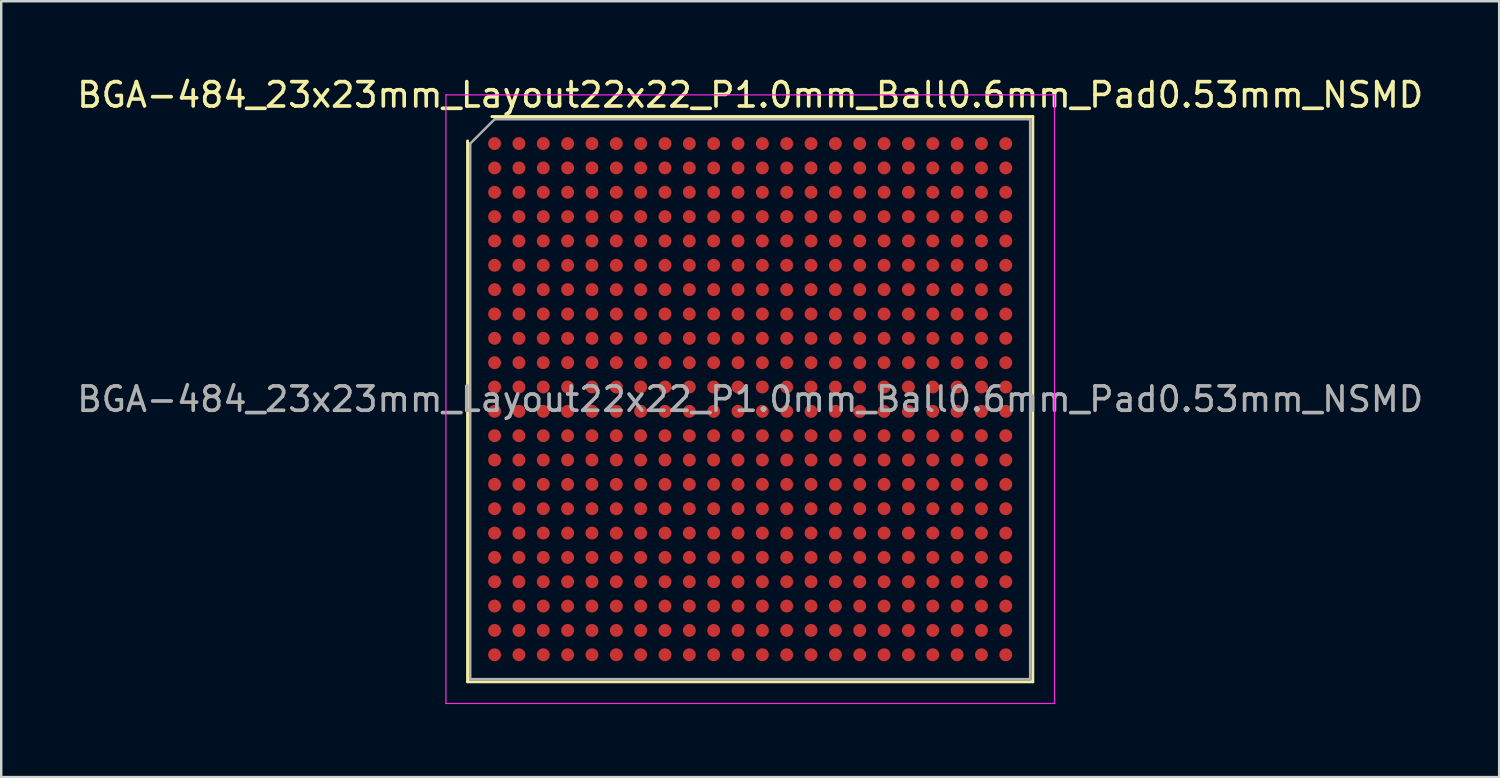
<source format=kicad_pcb>
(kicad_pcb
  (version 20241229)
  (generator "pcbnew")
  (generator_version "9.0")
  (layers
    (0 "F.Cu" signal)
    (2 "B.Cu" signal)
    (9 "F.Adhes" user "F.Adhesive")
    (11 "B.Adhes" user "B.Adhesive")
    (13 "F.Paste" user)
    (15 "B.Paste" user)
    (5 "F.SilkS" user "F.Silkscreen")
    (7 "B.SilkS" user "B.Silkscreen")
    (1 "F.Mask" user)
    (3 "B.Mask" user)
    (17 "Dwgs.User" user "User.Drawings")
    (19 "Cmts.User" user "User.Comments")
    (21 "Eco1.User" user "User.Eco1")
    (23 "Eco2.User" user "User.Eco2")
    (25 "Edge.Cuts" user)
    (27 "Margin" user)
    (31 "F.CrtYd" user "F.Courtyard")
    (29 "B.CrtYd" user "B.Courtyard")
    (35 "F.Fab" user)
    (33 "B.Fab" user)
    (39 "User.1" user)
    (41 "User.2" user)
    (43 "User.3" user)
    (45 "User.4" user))
  (footprint "BGA-484_23x23mm_Layout22x22_P1.0mm_Ball0.6mm_Pad0.53mm_NSMD"
    (layer "F.Cu")
    (at 27.768 13.348)
    (property "Reference" "BGA-484_23x23mm_Layout22x22_P1.0mm_Ball0.6mm_Pad0.53mm_NSMD" (at 0 -12.5 0) (layer "F.SilkS") (effects (font (size 1 1) (thickness 0.15))))
    (attr smd)
    (fp_line (start -11.61 11.61) (end -11.61 -10.61) (stroke (width 0.12) (type solid)) (layer "F.SilkS"))
    (fp_line (start -10.61 -11.61) (end 11.61 -11.61) (stroke (width 0.12) (type solid)) (layer "F.SilkS"))
    (fp_line (start 11.61 -11.61) (end 11.61 11.61) (stroke (width 0.12) (type solid)) (layer "F.SilkS"))
    (fp_line (start 11.61 11.61) (end -11.61 11.61) (stroke (width 0.12) (type solid)) (layer "F.SilkS"))
    (fp_line (start -12.5 -12.5) (end -12.5 12.5) (stroke (width 0.05) (type solid)) (layer "F.CrtYd"))
    (fp_line (start -12.5 12.5) (end 12.5 12.5) (stroke (width 0.05) (type solid)) (layer "F.CrtYd"))
    (fp_line (start 12.5 -12.5) (end -12.5 -12.5) (stroke (width 0.05) (type solid)) (layer "F.CrtYd"))
    (fp_line (start 12.5 12.5) (end 12.5 -12.5) (stroke (width 0.05) (type solid)) (layer "F.CrtYd"))
    (fp_line (start -11.5 -10.5) (end -10.5 -11.5) (stroke (width 0.1) (type solid)) (layer "F.Fab"))
    (fp_line (start -11.5 11.5) (end -11.5 -10.5) (stroke (width 0.1) (type solid)) (layer "F.Fab"))
    (fp_line (start -10.5 -11.5) (end 11.5 -11.5) (stroke (width 0.1) (type solid)) (layer "F.Fab"))
    (fp_line (start 11.5 -11.5) (end 11.5 11.5) (stroke (width 0.1) (type solid)) (layer "F.Fab"))
    (fp_line (start 11.5 11.5) (end -11.5 11.5) (stroke (width 0.1) (type solid)) (layer "F.Fab"))
    (fp_text user "${REFERENCE}" (at 0 0 0) (layer "F.Fab") (effects (font (size 1 1) (thickness 0.15))))
    (pad "A1" smd circle (at -10.5 -10.5) (size 0.53 0.53) (layers "F.Cu" "F.Mask" "F.Paste"))
    (pad "A2" smd circle (at -9.5 -10.5) (size 0.53 0.53) (layers "F.Cu" "F.Mask" "F.Paste"))
    (pad "A3" smd circle (at -8.5 -10.5) (size 0.53 0.53) (layers "F.Cu" "F.Mask" "F.Paste"))
    (pad "A4" smd circle (at -7.5 -10.5) (size 0.53 0.53) (layers "F.Cu" "F.Mask" "F.Paste"))
    (pad "A5" smd circle (at -6.5 -10.5) (size 0.53 0.53) (layers "F.Cu" "F.Mask" "F.Paste"))
    (pad "A6" smd circle (at -5.5 -10.5) (size 0.53 0.53) (layers "F.Cu" "F.Mask" "F.Paste"))
    (pad "A7" smd circle (at -4.5 -10.5) (size 0.53 0.53) (layers "F.Cu" "F.Mask" "F.Paste"))
    (pad "A8" smd circle (at -3.5 -10.5) (size 0.53 0.53) (layers "F.Cu" "F.Mask" "F.Paste"))
    (pad "A9" smd circle (at -2.5 -10.5) (size 0.53 0.53) (layers "F.Cu" "F.Mask" "F.Paste"))
    (pad "A10" smd circle (at -1.5 -10.5) (size 0.53 0.53) (layers "F.Cu" "F.Mask" "F.Paste"))
    (pad "A11" smd circle (at -0.5 -10.5) (size 0.53 0.53) (layers "F.Cu" "F.Mask" "F.Paste"))
    (pad "A12" smd circle (at 0.5 -10.5) (size 0.53 0.53) (layers "F.Cu" "F.Mask" "F.Paste"))
    (pad "A13" smd circle (at 1.5 -10.5) (size 0.53 0.53) (layers "F.Cu" "F.Mask" "F.Paste"))
    (pad "A14" smd circle (at 2.5 -10.5) (size 0.53 0.53) (layers "F.Cu" "F.Mask" "F.Paste"))
    (pad "A15" smd circle (at 3.5 -10.5) (size 0.53 0.53) (layers "F.Cu" "F.Mask" "F.Paste"))
    (pad "A16" smd circle (at 4.5 -10.5) (size 0.53 0.53) (layers "F.Cu" "F.Mask" "F.Paste"))
    (pad "A17" smd circle (at 5.5 -10.5) (size 0.53 0.53) (layers "F.Cu" "F.Mask" "F.Paste"))
    (pad "A18" smd circle (at 6.5 -10.5) (size 0.53 0.53) (layers "F.Cu" "F.Mask" "F.Paste"))
    (pad "A19" smd circle (at 7.5 -10.5) (size 0.53 0.53) (layers "F.Cu" "F.Mask" "F.Paste"))
    (pad "A20" smd circle (at 8.5 -10.5) (size 0.53 0.53) (layers "F.Cu" "F.Mask" "F.Paste"))
    (pad "A21" smd circle (at 9.5 -10.5) (size 0.53 0.53) (layers "F.Cu" "F.Mask" "F.Paste"))
    (pad "A22" smd circle (at 10.5 -10.5) (size 0.53 0.53) (layers "F.Cu" "F.Mask" "F.Paste"))
    (pad "AA1" smd circle (at -10.5 9.5) (size 0.53 0.53) (layers "F.Cu" "F.Mask" "F.Paste"))
    (pad "AA2" smd circle (at -9.5 9.5) (size 0.53 0.53) (layers "F.Cu" "F.Mask" "F.Paste"))
    (pad "AA3" smd circle (at -8.5 9.5) (size 0.53 0.53) (layers "F.Cu" "F.Mask" "F.Paste"))
    (pad "AA4" smd circle (at -7.5 9.5) (size 0.53 0.53) (layers "F.Cu" "F.Mask" "F.Paste"))
    (pad "AA5" smd circle (at -6.5 9.5) (size 0.53 0.53) (layers "F.Cu" "F.Mask" "F.Paste"))
    (pad "AA6" smd circle (at -5.5 9.5) (size 0.53 0.53) (layers "F.Cu" "F.Mask" "F.Paste"))
    (pad "AA7" smd circle (at -4.5 9.5) (size 0.53 0.53) (layers "F.Cu" "F.Mask" "F.Paste"))
    (pad "AA8" smd circle (at -3.5 9.5) (size 0.53 0.53) (layers "F.Cu" "F.Mask" "F.Paste"))
    (pad "AA9" smd circle (at -2.5 9.5) (size 0.53 0.53) (layers "F.Cu" "F.Mask" "F.Paste"))
    (pad "AA10" smd circle (at -1.5 9.5) (size 0.53 0.53) (layers "F.Cu" "F.Mask" "F.Paste"))
    (pad "AA11" smd circle (at -0.5 9.5) (size 0.53 0.53) (layers "F.Cu" "F.Mask" "F.Paste"))
    (pad "AA12" smd circle (at 0.5 9.5) (size 0.53 0.53) (layers "F.Cu" "F.Mask" "F.Paste"))
    (pad "AA13" smd circle (at 1.5 9.5) (size 0.53 0.53) (layers "F.Cu" "F.Mask" "F.Paste"))
    (pad "AA14" smd circle (at 2.5 9.5) (size 0.53 0.53) (layers "F.Cu" "F.Mask" "F.Paste"))
    (pad "AA15" smd circle (at 3.5 9.5) (size 0.53 0.53) (layers "F.Cu" "F.Mask" "F.Paste"))
    (pad "AA16" smd circle (at 4.5 9.5) (size 0.53 0.53) (layers "F.Cu" "F.Mask" "F.Paste"))
    (pad "AA17" smd circle (at 5.5 9.5) (size 0.53 0.53) (layers "F.Cu" "F.Mask" "F.Paste"))
    (pad "AA18" smd circle (at 6.5 9.5) (size 0.53 0.53) (layers "F.Cu" "F.Mask" "F.Paste"))
    (pad "AA19" smd circle (at 7.5 9.5) (size 0.53 0.53) (layers "F.Cu" "F.Mask" "F.Paste"))
    (pad "AA20" smd circle (at 8.5 9.5) (size 0.53 0.53) (layers "F.Cu" "F.Mask" "F.Paste"))
    (pad "AA21" smd circle (at 9.5 9.5) (size 0.53 0.53) (layers "F.Cu" "F.Mask" "F.Paste"))
    (pad "AA22" smd circle (at 10.5 9.5) (size 0.53 0.53) (layers "F.Cu" "F.Mask" "F.Paste"))
    (pad "AB1" smd circle (at -10.5 10.5) (size 0.53 0.53) (layers "F.Cu" "F.Mask" "F.Paste"))
    (pad "AB2" smd circle (at -9.5 10.5) (size 0.53 0.53) (layers "F.Cu" "F.Mask" "F.Paste"))
    (pad "AB3" smd circle (at -8.5 10.5) (size 0.53 0.53) (layers "F.Cu" "F.Mask" "F.Paste"))
    (pad "AB4" smd circle (at -7.5 10.5) (size 0.53 0.53) (layers "F.Cu" "F.Mask" "F.Paste"))
    (pad "AB5" smd circle (at -6.5 10.5) (size 0.53 0.53) (layers "F.Cu" "F.Mask" "F.Paste"))
    (pad "AB6" smd circle (at -5.5 10.5) (size 0.53 0.53) (layers "F.Cu" "F.Mask" "F.Paste"))
    (pad "AB7" smd circle (at -4.5 10.5) (size 0.53 0.53) (layers "F.Cu" "F.Mask" "F.Paste"))
    (pad "AB8" smd circle (at -3.5 10.5) (size 0.53 0.53) (layers "F.Cu" "F.Mask" "F.Paste"))
    (pad "AB9" smd circle (at -2.5 10.5) (size 0.53 0.53) (layers "F.Cu" "F.Mask" "F.Paste"))
    (pad "AB10" smd circle (at -1.5 10.5) (size 0.53 0.53) (layers "F.Cu" "F.Mask" "F.Paste"))
    (pad "AB11" smd circle (at -0.5 10.5) (size 0.53 0.53) (layers "F.Cu" "F.Mask" "F.Paste"))
    (pad "AB12" smd circle (at 0.5 10.5) (size 0.53 0.53) (layers "F.Cu" "F.Mask" "F.Paste"))
    (pad "AB13" smd circle (at 1.5 10.5) (size 0.53 0.53) (layers "F.Cu" "F.Mask" "F.Paste"))
    (pad "AB14" smd circle (at 2.5 10.5) (size 0.53 0.53) (layers "F.Cu" "F.Mask" "F.Paste"))
    (pad "AB15" smd circle (at 3.5 10.5) (size 0.53 0.53) (layers "F.Cu" "F.Mask" "F.Paste"))
    (pad "AB16" smd circle (at 4.5 10.5) (size 0.53 0.53) (layers "F.Cu" "F.Mask" "F.Paste"))
    (pad "AB17" smd circle (at 5.5 10.5) (size 0.53 0.53) (layers "F.Cu" "F.Mask" "F.Paste"))
    (pad "AB18" smd circle (at 6.5 10.5) (size 0.53 0.53) (layers "F.Cu" "F.Mask" "F.Paste"))
    (pad "AB19" smd circle (at 7.5 10.5) (size 0.53 0.53) (layers "F.Cu" "F.Mask" "F.Paste"))
    (pad "AB20" smd circle (at 8.5 10.5) (size 0.53 0.53) (layers "F.Cu" "F.Mask" "F.Paste"))
    (pad "AB21" smd circle (at 9.5 10.5) (size 0.53 0.53) (layers "F.Cu" "F.Mask" "F.Paste"))
    (pad "AB22" smd circle (at 10.5 10.5) (size 0.53 0.53) (layers "F.Cu" "F.Mask" "F.Paste"))
    (pad "B1" smd circle (at -10.5 -9.5) (size 0.53 0.53) (layers "F.Cu" "F.Mask" "F.Paste"))
    (pad "B2" smd circle (at -9.5 -9.5) (size 0.53 0.53) (layers "F.Cu" "F.Mask" "F.Paste"))
    (pad "B3" smd circle (at -8.5 -9.5) (size 0.53 0.53) (layers "F.Cu" "F.Mask" "F.Paste"))
    (pad "B4" smd circle (at -7.5 -9.5) (size 0.53 0.53) (layers "F.Cu" "F.Mask" "F.Paste"))
    (pad "B5" smd circle (at -6.5 -9.5) (size 0.53 0.53) (layers "F.Cu" "F.Mask" "F.Paste"))
    (pad "B6" smd circle (at -5.5 -9.5) (size 0.53 0.53) (layers "F.Cu" "F.Mask" "F.Paste"))
    (pad "B7" smd circle (at -4.5 -9.5) (size 0.53 0.53) (layers "F.Cu" "F.Mask" "F.Paste"))
    (pad "B8" smd circle (at -3.5 -9.5) (size 0.53 0.53) (layers "F.Cu" "F.Mask" "F.Paste"))
    (pad "B9" smd circle (at -2.5 -9.5) (size 0.53 0.53) (layers "F.Cu" "F.Mask" "F.Paste"))
    (pad "B10" smd circle (at -1.5 -9.5) (size 0.53 0.53) (layers "F.Cu" "F.Mask" "F.Paste"))
    (pad "B11" smd circle (at -0.5 -9.5) (size 0.53 0.53) (layers "F.Cu" "F.Mask" "F.Paste"))
    (pad "B12" smd circle (at 0.5 -9.5) (size 0.53 0.53) (layers "F.Cu" "F.Mask" "F.Paste"))
    (pad "B13" smd circle (at 1.5 -9.5) (size 0.53 0.53) (layers "F.Cu" "F.Mask" "F.Paste"))
    (pad "B14" smd circle (at 2.5 -9.5) (size 0.53 0.53) (layers "F.Cu" "F.Mask" "F.Paste"))
    (pad "B15" smd circle (at 3.5 -9.5) (size 0.53 0.53) (layers "F.Cu" "F.Mask" "F.Paste"))
    (pad "B16" smd circle (at 4.5 -9.5) (size 0.53 0.53) (layers "F.Cu" "F.Mask" "F.Paste"))
    (pad "B17" smd circle (at 5.5 -9.5) (size 0.53 0.53) (layers "F.Cu" "F.Mask" "F.Paste"))
    (pad "B18" smd circle (at 6.5 -9.5) (size 0.53 0.53) (layers "F.Cu" "F.Mask" "F.Paste"))
    (pad "B19" smd circle (at 7.5 -9.5) (size 0.53 0.53) (layers "F.Cu" "F.Mask" "F.Paste"))
    (pad "B20" smd circle (at 8.5 -9.5) (size 0.53 0.53) (layers "F.Cu" "F.Mask" "F.Paste"))
    (pad "B21" smd circle (at 9.5 -9.5) (size 0.53 0.53) (layers "F.Cu" "F.Mask" "F.Paste"))
    (pad "B22" smd circle (at 10.5 -9.5) (size 0.53 0.53) (layers "F.Cu" "F.Mask" "F.Paste"))
    (pad "C1" smd circle (at -10.5 -8.5) (size 0.53 0.53) (layers "F.Cu" "F.Mask" "F.Paste"))
    (pad "C2" smd circle (at -9.5 -8.5) (size 0.53 0.53) (layers "F.Cu" "F.Mask" "F.Paste"))
    (pad "C3" smd circle (at -8.5 -8.5) (size 0.53 0.53) (layers "F.Cu" "F.Mask" "F.Paste"))
    (pad "C4" smd circle (at -7.5 -8.5) (size 0.53 0.53) (layers "F.Cu" "F.Mask" "F.Paste"))
    (pad "C5" smd circle (at -6.5 -8.5) (size 0.53 0.53) (layers "F.Cu" "F.Mask" "F.Paste"))
    (pad "C6" smd circle (at -5.5 -8.5) (size 0.53 0.53) (layers "F.Cu" "F.Mask" "F.Paste"))
    (pad "C7" smd circle (at -4.5 -8.5) (size 0.53 0.53) (layers "F.Cu" "F.Mask" "F.Paste"))
    (pad "C8" smd circle (at -3.5 -8.5) (size 0.53 0.53) (layers "F.Cu" "F.Mask" "F.Paste"))
    (pad "C9" smd circle (at -2.5 -8.5) (size 0.53 0.53) (layers "F.Cu" "F.Mask" "F.Paste"))
    (pad "C10" smd circle (at -1.5 -8.5) (size 0.53 0.53) (layers "F.Cu" "F.Mask" "F.Paste"))
    (pad "C11" smd circle (at -0.5 -8.5) (size 0.53 0.53) (layers "F.Cu" "F.Mask" "F.Paste"))
    (pad "C12" smd circle (at 0.5 -8.5) (size 0.53 0.53) (layers "F.Cu" "F.Mask" "F.Paste"))
    (pad "C13" smd circle (at 1.5 -8.5) (size 0.53 0.53) (layers "F.Cu" "F.Mask" "F.Paste"))
    (pad "C14" smd circle (at 2.5 -8.5) (size 0.53 0.53) (layers "F.Cu" "F.Mask" "F.Paste"))
    (pad "C15" smd circle (at 3.5 -8.5) (size 0.53 0.53) (layers "F.Cu" "F.Mask" "F.Paste"))
    (pad "C16" smd circle (at 4.5 -8.5) (size 0.53 0.53) (layers "F.Cu" "F.Mask" "F.Paste"))
    (pad "C17" smd circle (at 5.5 -8.5) (size 0.53 0.53) (layers "F.Cu" "F.Mask" "F.Paste"))
    (pad "C18" smd circle (at 6.5 -8.5) (size 0.53 0.53) (layers "F.Cu" "F.Mask" "F.Paste"))
    (pad "C19" smd circle (at 7.5 -8.5) (size 0.53 0.53) (layers "F.Cu" "F.Mask" "F.Paste"))
    (pad "C20" smd circle (at 8.5 -8.5) (size 0.53 0.53) (layers "F.Cu" "F.Mask" "F.Paste"))
    (pad "C21" smd circle (at 9.5 -8.5) (size 0.53 0.53) (layers "F.Cu" "F.Mask" "F.Paste"))
    (pad "C22" smd circle (at 10.5 -8.5) (size 0.53 0.53) (layers "F.Cu" "F.Mask" "F.Paste"))
    (pad "D1" smd circle (at -10.5 -7.5) (size 0.53 0.53) (layers "F.Cu" "F.Mask" "F.Paste"))
    (pad "D2" smd circle (at -9.5 -7.5) (size 0.53 0.53) (layers "F.Cu" "F.Mask" "F.Paste"))
    (pad "D3" smd circle (at -8.5 -7.5) (size 0.53 0.53) (layers "F.Cu" "F.Mask" "F.Paste"))
    (pad "D4" smd circle (at -7.5 -7.5) (size 0.53 0.53) (layers "F.Cu" "F.Mask" "F.Paste"))
    (pad "D5" smd circle (at -6.5 -7.5) (size 0.53 0.53) (layers "F.Cu" "F.Mask" "F.Paste"))
    (pad "D6" smd circle (at -5.5 -7.5) (size 0.53 0.53) (layers "F.Cu" "F.Mask" "F.Paste"))
    (pad "D7" smd circle (at -4.5 -7.5) (size 0.53 0.53) (layers "F.Cu" "F.Mask" "F.Paste"))
    (pad "D8" smd circle (at -3.5 -7.5) (size 0.53 0.53) (layers "F.Cu" "F.Mask" "F.Paste"))
    (pad "D9" smd circle (at -2.5 -7.5) (size 0.53 0.53) (layers "F.Cu" "F.Mask" "F.Paste"))
    (pad "D10" smd circle (at -1.5 -7.5) (size 0.53 0.53) (layers "F.Cu" "F.Mask" "F.Paste"))
    (pad "D11" smd circle (at -0.5 -7.5) (size 0.53 0.53) (layers "F.Cu" "F.Mask" "F.Paste"))
    (pad "D12" smd circle (at 0.5 -7.5) (size 0.53 0.53) (layers "F.Cu" "F.Mask" "F.Paste"))
    (pad "D13" smd circle (at 1.5 -7.5) (size 0.53 0.53) (layers "F.Cu" "F.Mask" "F.Paste"))
    (pad "D14" smd circle (at 2.5 -7.5) (size 0.53 0.53) (layers "F.Cu" "F.Mask" "F.Paste"))
    (pad "D15" smd circle (at 3.5 -7.5) (size 0.53 0.53) (layers "F.Cu" "F.Mask" "F.Paste"))
    (pad "D16" smd circle (at 4.5 -7.5) (size 0.53 0.53) (layers "F.Cu" "F.Mask" "F.Paste"))
    (pad "D17" smd circle (at 5.5 -7.5) (size 0.53 0.53) (layers "F.Cu" "F.Mask" "F.Paste"))
    (pad "D18" smd circle (at 6.5 -7.5) (size 0.53 0.53) (layers "F.Cu" "F.Mask" "F.Paste"))
    (pad "D19" smd circle (at 7.5 -7.5) (size 0.53 0.53) (layers "F.Cu" "F.Mask" "F.Paste"))
    (pad "D20" smd circle (at 8.5 -7.5) (size 0.53 0.53) (layers "F.Cu" "F.Mask" "F.Paste"))
    (pad "D21" smd circle (at 9.5 -7.5) (size 0.53 0.53) (layers "F.Cu" "F.Mask" "F.Paste"))
    (pad "D22" smd circle (at 10.5 -7.5) (size 0.53 0.53) (layers "F.Cu" "F.Mask" "F.Paste"))
    (pad "E1" smd circle (at -10.5 -6.5) (size 0.53 0.53) (layers "F.Cu" "F.Mask" "F.Paste"))
    (pad "E2" smd circle (at -9.5 -6.5) (size 0.53 0.53) (layers "F.Cu" "F.Mask" "F.Paste"))
    (pad "E3" smd circle (at -8.5 -6.5) (size 0.53 0.53) (layers "F.Cu" "F.Mask" "F.Paste"))
    (pad "E4" smd circle (at -7.5 -6.5) (size 0.53 0.53) (layers "F.Cu" "F.Mask" "F.Paste"))
    (pad "E5" smd circle (at -6.5 -6.5) (size 0.53 0.53) (layers "F.Cu" "F.Mask" "F.Paste"))
    (pad "E6" smd circle (at -5.5 -6.5) (size 0.53 0.53) (layers "F.Cu" "F.Mask" "F.Paste"))
    (pad "E7" smd circle (at -4.5 -6.5) (size 0.53 0.53) (layers "F.Cu" "F.Mask" "F.Paste"))
    (pad "E8" smd circle (at -3.5 -6.5) (size 0.53 0.53) (layers "F.Cu" "F.Mask" "F.Paste"))
    (pad "E9" smd circle (at -2.5 -6.5) (size 0.53 0.53) (layers "F.Cu" "F.Mask" "F.Paste"))
    (pad "E10" smd circle (at -1.5 -6.5) (size 0.53 0.53) (layers "F.Cu" "F.Mask" "F.Paste"))
    (pad "E11" smd circle (at -0.5 -6.5) (size 0.53 0.53) (layers "F.Cu" "F.Mask" "F.Paste"))
    (pad "E12" smd circle (at 0.5 -6.5) (size 0.53 0.53) (layers "F.Cu" "F.Mask" "F.Paste"))
    (pad "E13" smd circle (at 1.5 -6.5) (size 0.53 0.53) (layers "F.Cu" "F.Mask" "F.Paste"))
    (pad "E14" smd circle (at 2.5 -6.5) (size 0.53 0.53) (layers "F.Cu" "F.Mask" "F.Paste"))
    (pad "E15" smd circle (at 3.5 -6.5) (size 0.53 0.53) (layers "F.Cu" "F.Mask" "F.Paste"))
    (pad "E16" smd circle (at 4.5 -6.5) (size 0.53 0.53) (layers "F.Cu" "F.Mask" "F.Paste"))
    (pad "E17" smd circle (at 5.5 -6.5) (size 0.53 0.53) (layers "F.Cu" "F.Mask" "F.Paste"))
    (pad "E18" smd circle (at 6.5 -6.5) (size 0.53 0.53) (layers "F.Cu" "F.Mask" "F.Paste"))
    (pad "E19" smd circle (at 7.5 -6.5) (size 0.53 0.53) (layers "F.Cu" "F.Mask" "F.Paste"))
    (pad "E20" smd circle (at 8.5 -6.5) (size 0.53 0.53) (layers "F.Cu" "F.Mask" "F.Paste"))
    (pad "E21" smd circle (at 9.5 -6.5) (size 0.53 0.53) (layers "F.Cu" "F.Mask" "F.Paste"))
    (pad "E22" smd circle (at 10.5 -6.5) (size 0.53 0.53) (layers "F.Cu" "F.Mask" "F.Paste"))
    (pad "F1" smd circle (at -10.5 -5.5) (size 0.53 0.53) (layers "F.Cu" "F.Mask" "F.Paste"))
    (pad "F2" smd circle (at -9.5 -5.5) (size 0.53 0.53) (layers "F.Cu" "F.Mask" "F.Paste"))
    (pad "F3" smd circle (at -8.5 -5.5) (size 0.53 0.53) (layers "F.Cu" "F.Mask" "F.Paste"))
    (pad "F4" smd circle (at -7.5 -5.5) (size 0.53 0.53) (layers "F.Cu" "F.Mask" "F.Paste"))
    (pad "F5" smd circle (at -6.5 -5.5) (size 0.53 0.53) (layers "F.Cu" "F.Mask" "F.Paste"))
    (pad "F6" smd circle (at -5.5 -5.5) (size 0.53 0.53) (layers "F.Cu" "F.Mask" "F.Paste"))
    (pad "F7" smd circle (at -4.5 -5.5) (size 0.53 0.53) (layers "F.Cu" "F.Mask" "F.Paste"))
    (pad "F8" smd circle (at -3.5 -5.5) (size 0.53 0.53) (layers "F.Cu" "F.Mask" "F.Paste"))
    (pad "F9" smd circle (at -2.5 -5.5) (size 0.53 0.53) (layers "F.Cu" "F.Mask" "F.Paste"))
    (pad "F10" smd circle (at -1.5 -5.5) (size 0.53 0.53) (layers "F.Cu" "F.Mask" "F.Paste"))
    (pad "F11" smd circle (at -0.5 -5.5) (size 0.53 0.53) (layers "F.Cu" "F.Mask" "F.Paste"))
    (pad "F12" smd circle (at 0.5 -5.5) (size 0.53 0.53) (layers "F.Cu" "F.Mask" "F.Paste"))
    (pad "F13" smd circle (at 1.5 -5.5) (size 0.53 0.53) (layers "F.Cu" "F.Mask" "F.Paste"))
    (pad "F14" smd circle (at 2.5 -5.5) (size 0.53 0.53) (layers "F.Cu" "F.Mask" "F.Paste"))
    (pad "F15" smd circle (at 3.5 -5.5) (size 0.53 0.53) (layers "F.Cu" "F.Mask" "F.Paste"))
    (pad "F16" smd circle (at 4.5 -5.5) (size 0.53 0.53) (layers "F.Cu" "F.Mask" "F.Paste"))
    (pad "F17" smd circle (at 5.5 -5.5) (size 0.53 0.53) (layers "F.Cu" "F.Mask" "F.Paste"))
    (pad "F18" smd circle (at 6.5 -5.5) (size 0.53 0.53) (layers "F.Cu" "F.Mask" "F.Paste"))
    (pad "F19" smd circle (at 7.5 -5.5) (size 0.53 0.53) (layers "F.Cu" "F.Mask" "F.Paste"))
    (pad "F20" smd circle (at 8.5 -5.5) (size 0.53 0.53) (layers "F.Cu" "F.Mask" "F.Paste"))
    (pad "F21" smd circle (at 9.5 -5.5) (size 0.53 0.53) (layers "F.Cu" "F.Mask" "F.Paste"))
    (pad "F22" smd circle (at 10.5 -5.5) (size 0.53 0.53) (layers "F.Cu" "F.Mask" "F.Paste"))
    (pad "G1" smd circle (at -10.5 -4.5) (size 0.53 0.53) (layers "F.Cu" "F.Mask" "F.Paste"))
    (pad "G2" smd circle (at -9.5 -4.5) (size 0.53 0.53) (layers "F.Cu" "F.Mask" "F.Paste"))
    (pad "G3" smd circle (at -8.5 -4.5) (size 0.53 0.53) (layers "F.Cu" "F.Mask" "F.Paste"))
    (pad "G4" smd circle (at -7.5 -4.5) (size 0.53 0.53) (layers "F.Cu" "F.Mask" "F.Paste"))
    (pad "G5" smd circle (at -6.5 -4.5) (size 0.53 0.53) (layers "F.Cu" "F.Mask" "F.Paste"))
    (pad "G6" smd circle (at -5.5 -4.5) (size 0.53 0.53) (layers "F.Cu" "F.Mask" "F.Paste"))
    (pad "G7" smd circle (at -4.5 -4.5) (size 0.53 0.53) (layers "F.Cu" "F.Mask" "F.Paste"))
    (pad "G8" smd circle (at -3.5 -4.5) (size 0.53 0.53) (layers "F.Cu" "F.Mask" "F.Paste"))
    (pad "G9" smd circle (at -2.5 -4.5) (size 0.53 0.53) (layers "F.Cu" "F.Mask" "F.Paste"))
    (pad "G10" smd circle (at -1.5 -4.5) (size 0.53 0.53) (layers "F.Cu" "F.Mask" "F.Paste"))
    (pad "G11" smd circle (at -0.5 -4.5) (size 0.53 0.53) (layers "F.Cu" "F.Mask" "F.Paste"))
    (pad "G12" smd circle (at 0.5 -4.5) (size 0.53 0.53) (layers "F.Cu" "F.Mask" "F.Paste"))
    (pad "G13" smd circle (at 1.5 -4.5) (size 0.53 0.53) (layers "F.Cu" "F.Mask" "F.Paste"))
    (pad "G14" smd circle (at 2.5 -4.5) (size 0.53 0.53) (layers "F.Cu" "F.Mask" "F.Paste"))
    (pad "G15" smd circle (at 3.5 -4.5) (size 0.53 0.53) (layers "F.Cu" "F.Mask" "F.Paste"))
    (pad "G16" smd circle (at 4.5 -4.5) (size 0.53 0.53) (layers "F.Cu" "F.Mask" "F.Paste"))
    (pad "G17" smd circle (at 5.5 -4.5) (size 0.53 0.53) (layers "F.Cu" "F.Mask" "F.Paste"))
    (pad "G18" smd circle (at 6.5 -4.5) (size 0.53 0.53) (layers "F.Cu" "F.Mask" "F.Paste"))
    (pad "G19" smd circle (at 7.5 -4.5) (size 0.53 0.53) (layers "F.Cu" "F.Mask" "F.Paste"))
    (pad "G20" smd circle (at 8.5 -4.5) (size 0.53 0.53) (layers "F.Cu" "F.Mask" "F.Paste"))
    (pad "G21" smd circle (at 9.5 -4.5) (size 0.53 0.53) (layers "F.Cu" "F.Mask" "F.Paste"))
    (pad "G22" smd circle (at 10.5 -4.5) (size 0.53 0.53) (layers "F.Cu" "F.Mask" "F.Paste"))
    (pad "H1" smd circle (at -10.5 -3.5) (size 0.53 0.53) (layers "F.Cu" "F.Mask" "F.Paste"))
    (pad "H2" smd circle (at -9.5 -3.5) (size 0.53 0.53) (layers "F.Cu" "F.Mask" "F.Paste"))
    (pad "H3" smd circle (at -8.5 -3.5) (size 0.53 0.53) (layers "F.Cu" "F.Mask" "F.Paste"))
    (pad "H4" smd circle (at -7.5 -3.5) (size 0.53 0.53) (layers "F.Cu" "F.Mask" "F.Paste"))
    (pad "H5" smd circle (at -6.5 -3.5) (size 0.53 0.53) (layers "F.Cu" "F.Mask" "F.Paste"))
    (pad "H6" smd circle (at -5.5 -3.5) (size 0.53 0.53) (layers "F.Cu" "F.Mask" "F.Paste"))
    (pad "H7" smd circle (at -4.5 -3.5) (size 0.53 0.53) (layers "F.Cu" "F.Mask" "F.Paste"))
    (pad "H8" smd circle (at -3.5 -3.5) (size 0.53 0.53) (layers "F.Cu" "F.Mask" "F.Paste"))
    (pad "H9" smd circle (at -2.5 -3.5) (size 0.53 0.53) (layers "F.Cu" "F.Mask" "F.Paste"))
    (pad "H10" smd circle (at -1.5 -3.5) (size 0.53 0.53) (layers "F.Cu" "F.Mask" "F.Paste"))
    (pad "H11" smd circle (at -0.5 -3.5) (size 0.53 0.53) (layers "F.Cu" "F.Mask" "F.Paste"))
    (pad "H12" smd circle (at 0.5 -3.5) (size 0.53 0.53) (layers "F.Cu" "F.Mask" "F.Paste"))
    (pad "H13" smd circle (at 1.5 -3.5) (size 0.53 0.53) (layers "F.Cu" "F.Mask" "F.Paste"))
    (pad "H14" smd circle (at 2.5 -3.5) (size 0.53 0.53) (layers "F.Cu" "F.Mask" "F.Paste"))
    (pad "H15" smd circle (at 3.5 -3.5) (size 0.53 0.53) (layers "F.Cu" "F.Mask" "F.Paste"))
    (pad "H16" smd circle (at 4.5 -3.5) (size 0.53 0.53) (layers "F.Cu" "F.Mask" "F.Paste"))
    (pad "H17" smd circle (at 5.5 -3.5) (size 0.53 0.53) (layers "F.Cu" "F.Mask" "F.Paste"))
    (pad "H18" smd circle (at 6.5 -3.5) (size 0.53 0.53) (layers "F.Cu" "F.Mask" "F.Paste"))
    (pad "H19" smd circle (at 7.5 -3.5) (size 0.53 0.53) (layers "F.Cu" "F.Mask" "F.Paste"))
    (pad "H20" smd circle (at 8.5 -3.5) (size 0.53 0.53) (layers "F.Cu" "F.Mask" "F.Paste"))
    (pad "H21" smd circle (at 9.5 -3.5) (size 0.53 0.53) (layers "F.Cu" "F.Mask" "F.Paste"))
    (pad "H22" smd circle (at 10.5 -3.5) (size 0.53 0.53) (layers "F.Cu" "F.Mask" "F.Paste"))
    (pad "J1" smd circle (at -10.5 -2.5) (size 0.53 0.53) (layers "F.Cu" "F.Mask" "F.Paste"))
    (pad "J2" smd circle (at -9.5 -2.5) (size 0.53 0.53) (layers "F.Cu" "F.Mask" "F.Paste"))
    (pad "J3" smd circle (at -8.5 -2.5) (size 0.53 0.53) (layers "F.Cu" "F.Mask" "F.Paste"))
    (pad "J4" smd circle (at -7.5 -2.5) (size 0.53 0.53) (layers "F.Cu" "F.Mask" "F.Paste"))
    (pad "J5" smd circle (at -6.5 -2.5) (size 0.53 0.53) (layers "F.Cu" "F.Mask" "F.Paste"))
    (pad "J6" smd circle (at -5.5 -2.5) (size 0.53 0.53) (layers "F.Cu" "F.Mask" "F.Paste"))
    (pad "J7" smd circle (at -4.5 -2.5) (size 0.53 0.53) (layers "F.Cu" "F.Mask" "F.Paste"))
    (pad "J8" smd circle (at -3.5 -2.5) (size 0.53 0.53) (layers "F.Cu" "F.Mask" "F.Paste"))
    (pad "J9" smd circle (at -2.5 -2.5) (size 0.53 0.53) (layers "F.Cu" "F.Mask" "F.Paste"))
    (pad "J10" smd circle (at -1.5 -2.5) (size 0.53 0.53) (layers "F.Cu" "F.Mask" "F.Paste"))
    (pad "J11" smd circle (at -0.5 -2.5) (size 0.53 0.53) (layers "F.Cu" "F.Mask" "F.Paste"))
    (pad "J12" smd circle (at 0.5 -2.5) (size 0.53 0.53) (layers "F.Cu" "F.Mask" "F.Paste"))
    (pad "J13" smd circle (at 1.5 -2.5) (size 0.53 0.53) (layers "F.Cu" "F.Mask" "F.Paste"))
    (pad "J14" smd circle (at 2.5 -2.5) (size 0.53 0.53) (layers "F.Cu" "F.Mask" "F.Paste"))
    (pad "J15" smd circle (at 3.5 -2.5) (size 0.53 0.53) (layers "F.Cu" "F.Mask" "F.Paste"))
    (pad "J16" smd circle (at 4.5 -2.5) (size 0.53 0.53) (layers "F.Cu" "F.Mask" "F.Paste"))
    (pad "J17" smd circle (at 5.5 -2.5) (size 0.53 0.53) (layers "F.Cu" "F.Mask" "F.Paste"))
    (pad "J18" smd circle (at 6.5 -2.5) (size 0.53 0.53) (layers "F.Cu" "F.Mask" "F.Paste"))
    (pad "J19" smd circle (at 7.5 -2.5) (size 0.53 0.53) (layers "F.Cu" "F.Mask" "F.Paste"))
    (pad "J20" smd circle (at 8.5 -2.5) (size 0.53 0.53) (layers "F.Cu" "F.Mask" "F.Paste"))
    (pad "J21" smd circle (at 9.5 -2.5) (size 0.53 0.53) (layers "F.Cu" "F.Mask" "F.Paste"))
    (pad "J22" smd circle (at 10.5 -2.5) (size 0.53 0.53) (layers "F.Cu" "F.Mask" "F.Paste"))
    (pad "K1" smd circle (at -10.5 -1.5) (size 0.53 0.53) (layers "F.Cu" "F.Mask" "F.Paste"))
    (pad "K2" smd circle (at -9.5 -1.5) (size 0.53 0.53) (layers "F.Cu" "F.Mask" "F.Paste"))
    (pad "K3" smd circle (at -8.5 -1.5) (size 0.53 0.53) (layers "F.Cu" "F.Mask" "F.Paste"))
    (pad "K4" smd circle (at -7.5 -1.5) (size 0.53 0.53) (layers "F.Cu" "F.Mask" "F.Paste"))
    (pad "K5" smd circle (at -6.5 -1.5) (size 0.53 0.53) (layers "F.Cu" "F.Mask" "F.Paste"))
    (pad "K6" smd circle (at -5.5 -1.5) (size 0.53 0.53) (layers "F.Cu" "F.Mask" "F.Paste"))
    (pad "K7" smd circle (at -4.5 -1.5) (size 0.53 0.53) (layers "F.Cu" "F.Mask" "F.Paste"))
    (pad "K8" smd circle (at -3.5 -1.5) (size 0.53 0.53) (layers "F.Cu" "F.Mask" "F.Paste"))
    (pad "K9" smd circle (at -2.5 -1.5) (size 0.53 0.53) (layers "F.Cu" "F.Mask" "F.Paste"))
    (pad "K10" smd circle (at -1.5 -1.5) (size 0.53 0.53) (layers "F.Cu" "F.Mask" "F.Paste"))
    (pad "K11" smd circle (at -0.5 -1.5) (size 0.53 0.53) (layers "F.Cu" "F.Mask" "F.Paste"))
    (pad "K12" smd circle (at 0.5 -1.5) (size 0.53 0.53) (layers "F.Cu" "F.Mask" "F.Paste"))
    (pad "K13" smd circle (at 1.5 -1.5) (size 0.53 0.53) (layers "F.Cu" "F.Mask" "F.Paste"))
    (pad "K14" smd circle (at 2.5 -1.5) (size 0.53 0.53) (layers "F.Cu" "F.Mask" "F.Paste"))
    (pad "K15" smd circle (at 3.5 -1.5) (size 0.53 0.53) (layers "F.Cu" "F.Mask" "F.Paste"))
    (pad "K16" smd circle (at 4.5 -1.5) (size 0.53 0.53) (layers "F.Cu" "F.Mask" "F.Paste"))
    (pad "K17" smd circle (at 5.5 -1.5) (size 0.53 0.53) (layers "F.Cu" "F.Mask" "F.Paste"))
    (pad "K18" smd circle (at 6.5 -1.5) (size 0.53 0.53) (layers "F.Cu" "F.Mask" "F.Paste"))
    (pad "K19" smd circle (at 7.5 -1.5) (size 0.53 0.53) (layers "F.Cu" "F.Mask" "F.Paste"))
    (pad "K20" smd circle (at 8.5 -1.5) (size 0.53 0.53) (layers "F.Cu" "F.Mask" "F.Paste"))
    (pad "K21" smd circle (at 9.5 -1.5) (size 0.53 0.53) (layers "F.Cu" "F.Mask" "F.Paste"))
    (pad "K22" smd circle (at 10.5 -1.5) (size 0.53 0.53) (layers "F.Cu" "F.Mask" "F.Paste"))
    (pad "L1" smd circle (at -10.5 -0.5) (size 0.53 0.53) (layers "F.Cu" "F.Mask" "F.Paste"))
    (pad "L2" smd circle (at -9.5 -0.5) (size 0.53 0.53) (layers "F.Cu" "F.Mask" "F.Paste"))
    (pad "L3" smd circle (at -8.5 -0.5) (size 0.53 0.53) (layers "F.Cu" "F.Mask" "F.Paste"))
    (pad "L4" smd circle (at -7.5 -0.5) (size 0.53 0.53) (layers "F.Cu" "F.Mask" "F.Paste"))
    (pad "L5" smd circle (at -6.5 -0.5) (size 0.53 0.53) (layers "F.Cu" "F.Mask" "F.Paste"))
    (pad "L6" smd circle (at -5.5 -0.5) (size 0.53 0.53) (layers "F.Cu" "F.Mask" "F.Paste"))
    (pad "L7" smd circle (at -4.5 -0.5) (size 0.53 0.53) (layers "F.Cu" "F.Mask" "F.Paste"))
    (pad "L8" smd circle (at -3.5 -0.5) (size 0.53 0.53) (layers "F.Cu" "F.Mask" "F.Paste"))
    (pad "L9" smd circle (at -2.5 -0.5) (size 0.53 0.53) (layers "F.Cu" "F.Mask" "F.Paste"))
    (pad "L10" smd circle (at -1.5 -0.5) (size 0.53 0.53) (layers "F.Cu" "F.Mask" "F.Paste"))
    (pad "L11" smd circle (at -0.5 -0.5) (size 0.53 0.53) (layers "F.Cu" "F.Mask" "F.Paste"))
    (pad "L12" smd circle (at 0.5 -0.5) (size 0.53 0.53) (layers "F.Cu" "F.Mask" "F.Paste"))
    (pad "L13" smd circle (at 1.5 -0.5) (size 0.53 0.53) (layers "F.Cu" "F.Mask" "F.Paste"))
    (pad "L14" smd circle (at 2.5 -0.5) (size 0.53 0.53) (layers "F.Cu" "F.Mask" "F.Paste"))
    (pad "L15" smd circle (at 3.5 -0.5) (size 0.53 0.53) (layers "F.Cu" "F.Mask" "F.Paste"))
    (pad "L16" smd circle (at 4.5 -0.5) (size 0.53 0.53) (layers "F.Cu" "F.Mask" "F.Paste"))
    (pad "L17" smd circle (at 5.5 -0.5) (size 0.53 0.53) (layers "F.Cu" "F.Mask" "F.Paste"))
    (pad "L18" smd circle (at 6.5 -0.5) (size 0.53 0.53) (layers "F.Cu" "F.Mask" "F.Paste"))
    (pad "L19" smd circle (at 7.5 -0.5) (size 0.53 0.53) (layers "F.Cu" "F.Mask" "F.Paste"))
    (pad "L20" smd circle (at 8.5 -0.5) (size 0.53 0.53) (layers "F.Cu" "F.Mask" "F.Paste"))
    (pad "L21" smd circle (at 9.5 -0.5) (size 0.53 0.53) (layers "F.Cu" "F.Mask" "F.Paste"))
    (pad "L22" smd circle (at 10.5 -0.5) (size 0.53 0.53) (layers "F.Cu" "F.Mask" "F.Paste"))
    (pad "M1" smd circle (at -10.5 0.5) (size 0.53 0.53) (layers "F.Cu" "F.Mask" "F.Paste"))
    (pad "M2" smd circle (at -9.5 0.5) (size 0.53 0.53) (layers "F.Cu" "F.Mask" "F.Paste"))
    (pad "M3" smd circle (at -8.5 0.5) (size 0.53 0.53) (layers "F.Cu" "F.Mask" "F.Paste"))
    (pad "M4" smd circle (at -7.5 0.5) (size 0.53 0.53) (layers "F.Cu" "F.Mask" "F.Paste"))
    (pad "M5" smd circle (at -6.5 0.5) (size 0.53 0.53) (layers "F.Cu" "F.Mask" "F.Paste"))
    (pad "M6" smd circle (at -5.5 0.5) (size 0.53 0.53) (layers "F.Cu" "F.Mask" "F.Paste"))
    (pad "M7" smd circle (at -4.5 0.5) (size 0.53 0.53) (layers "F.Cu" "F.Mask" "F.Paste"))
    (pad "M8" smd circle (at -3.5 0.5) (size 0.53 0.53) (layers "F.Cu" "F.Mask" "F.Paste"))
    (pad "M9" smd circle (at -2.5 0.5) (size 0.53 0.53) (layers "F.Cu" "F.Mask" "F.Paste"))
    (pad "M10" smd circle (at -1.5 0.5) (size 0.53 0.53) (layers "F.Cu" "F.Mask" "F.Paste"))
    (pad "M11" smd circle (at -0.5 0.5) (size 0.53 0.53) (layers "F.Cu" "F.Mask" "F.Paste"))
    (pad "M12" smd circle (at 0.5 0.5) (size 0.53 0.53) (layers "F.Cu" "F.Mask" "F.Paste"))
    (pad "M13" smd circle (at 1.5 0.5) (size 0.53 0.53) (layers "F.Cu" "F.Mask" "F.Paste"))
    (pad "M14" smd circle (at 2.5 0.5) (size 0.53 0.53) (layers "F.Cu" "F.Mask" "F.Paste"))
    (pad "M15" smd circle (at 3.5 0.5) (size 0.53 0.53) (layers "F.Cu" "F.Mask" "F.Paste"))
    (pad "M16" smd circle (at 4.5 0.5) (size 0.53 0.53) (layers "F.Cu" "F.Mask" "F.Paste"))
    (pad "M17" smd circle (at 5.5 0.5) (size 0.53 0.53) (layers "F.Cu" "F.Mask" "F.Paste"))
    (pad "M18" smd circle (at 6.5 0.5) (size 0.53 0.53) (layers "F.Cu" "F.Mask" "F.Paste"))
    (pad "M19" smd circle (at 7.5 0.5) (size 0.53 0.53) (layers "F.Cu" "F.Mask" "F.Paste"))
    (pad "M20" smd circle (at 8.5 0.5) (size 0.53 0.53) (layers "F.Cu" "F.Mask" "F.Paste"))
    (pad "M21" smd circle (at 9.5 0.5) (size 0.53 0.53) (layers "F.Cu" "F.Mask" "F.Paste"))
    (pad "M22" smd circle (at 10.5 0.5) (size 0.53 0.53) (layers "F.Cu" "F.Mask" "F.Paste"))
    (pad "N1" smd circle (at -10.5 1.5) (size 0.53 0.53) (layers "F.Cu" "F.Mask" "F.Paste"))
    (pad "N2" smd circle (at -9.5 1.5) (size 0.53 0.53) (layers "F.Cu" "F.Mask" "F.Paste"))
    (pad "N3" smd circle (at -8.5 1.5) (size 0.53 0.53) (layers "F.Cu" "F.Mask" "F.Paste"))
    (pad "N4" smd circle (at -7.5 1.5) (size 0.53 0.53) (layers "F.Cu" "F.Mask" "F.Paste"))
    (pad "N5" smd circle (at -6.5 1.5) (size 0.53 0.53) (layers "F.Cu" "F.Mask" "F.Paste"))
    (pad "N6" smd circle (at -5.5 1.5) (size 0.53 0.53) (layers "F.Cu" "F.Mask" "F.Paste"))
    (pad "N7" smd circle (at -4.5 1.5) (size 0.53 0.53) (layers "F.Cu" "F.Mask" "F.Paste"))
    (pad "N8" smd circle (at -3.5 1.5) (size 0.53 0.53) (layers "F.Cu" "F.Mask" "F.Paste"))
    (pad "N9" smd circle (at -2.5 1.5) (size 0.53 0.53) (layers "F.Cu" "F.Mask" "F.Paste"))
    (pad "N10" smd circle (at -1.5 1.5) (size 0.53 0.53) (layers "F.Cu" "F.Mask" "F.Paste"))
    (pad "N11" smd circle (at -0.5 1.5) (size 0.53 0.53) (layers "F.Cu" "F.Mask" "F.Paste"))
    (pad "N12" smd circle (at 0.5 1.5) (size 0.53 0.53) (layers "F.Cu" "F.Mask" "F.Paste"))
    (pad "N13" smd circle (at 1.5 1.5) (size 0.53 0.53) (layers "F.Cu" "F.Mask" "F.Paste"))
    (pad "N14" smd circle (at 2.5 1.5) (size 0.53 0.53) (layers "F.Cu" "F.Mask" "F.Paste"))
    (pad "N15" smd circle (at 3.5 1.5) (size 0.53 0.53) (layers "F.Cu" "F.Mask" "F.Paste"))
    (pad "N16" smd circle (at 4.5 1.5) (size 0.53 0.53) (layers "F.Cu" "F.Mask" "F.Paste"))
    (pad "N17" smd circle (at 5.5 1.5) (size 0.53 0.53) (layers "F.Cu" "F.Mask" "F.Paste"))
    (pad "N18" smd circle (at 6.5 1.5) (size 0.53 0.53) (layers "F.Cu" "F.Mask" "F.Paste"))
    (pad "N19" smd circle (at 7.5 1.5) (size 0.53 0.53) (layers "F.Cu" "F.Mask" "F.Paste"))
    (pad "N20" smd circle (at 8.5 1.5) (size 0.53 0.53) (layers "F.Cu" "F.Mask" "F.Paste"))
    (pad "N21" smd circle (at 9.5 1.5) (size 0.53 0.53) (layers "F.Cu" "F.Mask" "F.Paste"))
    (pad "N22" smd circle (at 10.5 1.5) (size 0.53 0.53) (layers "F.Cu" "F.Mask" "F.Paste"))
    (pad "P1" smd circle (at -10.5 2.5) (size 0.53 0.53) (layers "F.Cu" "F.Mask" "F.Paste"))
    (pad "P2" smd circle (at -9.5 2.5) (size 0.53 0.53) (layers "F.Cu" "F.Mask" "F.Paste"))
    (pad "P3" smd circle (at -8.5 2.5) (size 0.53 0.53) (layers "F.Cu" "F.Mask" "F.Paste"))
    (pad "P4" smd circle (at -7.5 2.5) (size 0.53 0.53) (layers "F.Cu" "F.Mask" "F.Paste"))
    (pad "P5" smd circle (at -6.5 2.5) (size 0.53 0.53) (layers "F.Cu" "F.Mask" "F.Paste"))
    (pad "P6" smd circle (at -5.5 2.5) (size 0.53 0.53) (layers "F.Cu" "F.Mask" "F.Paste"))
    (pad "P7" smd circle (at -4.5 2.5) (size 0.53 0.53) (layers "F.Cu" "F.Mask" "F.Paste"))
    (pad "P8" smd circle (at -3.5 2.5) (size 0.53 0.53) (layers "F.Cu" "F.Mask" "F.Paste"))
    (pad "P9" smd circle (at -2.5 2.5) (size 0.53 0.53) (layers "F.Cu" "F.Mask" "F.Paste"))
    (pad "P10" smd circle (at -1.5 2.5) (size 0.53 0.53) (layers "F.Cu" "F.Mask" "F.Paste"))
    (pad "P11" smd circle (at -0.5 2.5) (size 0.53 0.53) (layers "F.Cu" "F.Mask" "F.Paste"))
    (pad "P12" smd circle (at 0.5 2.5) (size 0.53 0.53) (layers "F.Cu" "F.Mask" "F.Paste"))
    (pad "P13" smd circle (at 1.5 2.5) (size 0.53 0.53) (layers "F.Cu" "F.Mask" "F.Paste"))
    (pad "P14" smd circle (at 2.5 2.5) (size 0.53 0.53) (layers "F.Cu" "F.Mask" "F.Paste"))
    (pad "P15" smd circle (at 3.5 2.5) (size 0.53 0.53) (layers "F.Cu" "F.Mask" "F.Paste"))
    (pad "P16" smd circle (at 4.5 2.5) (size 0.53 0.53) (layers "F.Cu" "F.Mask" "F.Paste"))
    (pad "P17" smd circle (at 5.5 2.5) (size 0.53 0.53) (layers "F.Cu" "F.Mask" "F.Paste"))
    (pad "P18" smd circle (at 6.5 2.5) (size 0.53 0.53) (layers "F.Cu" "F.Mask" "F.Paste"))
    (pad "P19" smd circle (at 7.5 2.5) (size 0.53 0.53) (layers "F.Cu" "F.Mask" "F.Paste"))
    (pad "P20" smd circle (at 8.5 2.5) (size 0.53 0.53) (layers "F.Cu" "F.Mask" "F.Paste"))
    (pad "P21" smd circle (at 9.5 2.5) (size 0.53 0.53) (layers "F.Cu" "F.Mask" "F.Paste"))
    (pad "P22" smd circle (at 10.5 2.5) (size 0.53 0.53) (layers "F.Cu" "F.Mask" "F.Paste"))
    (pad "R1" smd circle (at -10.5 3.5) (size 0.53 0.53) (layers "F.Cu" "F.Mask" "F.Paste"))
    (pad "R2" smd circle (at -9.5 3.5) (size 0.53 0.53) (layers "F.Cu" "F.Mask" "F.Paste"))
    (pad "R3" smd circle (at -8.5 3.5) (size 0.53 0.53) (layers "F.Cu" "F.Mask" "F.Paste"))
    (pad "R4" smd circle (at -7.5 3.5) (size 0.53 0.53) (layers "F.Cu" "F.Mask" "F.Paste"))
    (pad "R5" smd circle (at -6.5 3.5) (size 0.53 0.53) (layers "F.Cu" "F.Mask" "F.Paste"))
    (pad "R6" smd circle (at -5.5 3.5) (size 0.53 0.53) (layers "F.Cu" "F.Mask" "F.Paste"))
    (pad "R7" smd circle (at -4.5 3.5) (size 0.53 0.53) (layers "F.Cu" "F.Mask" "F.Paste"))
    (pad "R8" smd circle (at -3.5 3.5) (size 0.53 0.53) (layers "F.Cu" "F.Mask" "F.Paste"))
    (pad "R9" smd circle (at -2.5 3.5) (size 0.53 0.53) (layers "F.Cu" "F.Mask" "F.Paste"))
    (pad "R10" smd circle (at -1.5 3.5) (size 0.53 0.53) (layers "F.Cu" "F.Mask" "F.Paste"))
    (pad "R11" smd circle (at -0.5 3.5) (size 0.53 0.53) (layers "F.Cu" "F.Mask" "F.Paste"))
    (pad "R12" smd circle (at 0.5 3.5) (size 0.53 0.53) (layers "F.Cu" "F.Mask" "F.Paste"))
    (pad "R13" smd circle (at 1.5 3.5) (size 0.53 0.53) (layers "F.Cu" "F.Mask" "F.Paste"))
    (pad "R14" smd circle (at 2.5 3.5) (size 0.53 0.53) (layers "F.Cu" "F.Mask" "F.Paste"))
    (pad "R15" smd circle (at 3.5 3.5) (size 0.53 0.53) (layers "F.Cu" "F.Mask" "F.Paste"))
    (pad "R16" smd circle (at 4.5 3.5) (size 0.53 0.53) (layers "F.Cu" "F.Mask" "F.Paste"))
    (pad "R17" smd circle (at 5.5 3.5) (size 0.53 0.53) (layers "F.Cu" "F.Mask" "F.Paste"))
    (pad "R18" smd circle (at 6.5 3.5) (size 0.53 0.53) (layers "F.Cu" "F.Mask" "F.Paste"))
    (pad "R19" smd circle (at 7.5 3.5) (size 0.53 0.53) (layers "F.Cu" "F.Mask" "F.Paste"))
    (pad "R20" smd circle (at 8.5 3.5) (size 0.53 0.53) (layers "F.Cu" "F.Mask" "F.Paste"))
    (pad "R21" smd circle (at 9.5 3.5) (size 0.53 0.53) (layers "F.Cu" "F.Mask" "F.Paste"))
    (pad "R22" smd circle (at 10.5 3.5) (size 0.53 0.53) (layers "F.Cu" "F.Mask" "F.Paste"))
    (pad "T1" smd circle (at -10.5 4.5) (size 0.53 0.53) (layers "F.Cu" "F.Mask" "F.Paste"))
    (pad "T2" smd circle (at -9.5 4.5) (size 0.53 0.53) (layers "F.Cu" "F.Mask" "F.Paste"))
    (pad "T3" smd circle (at -8.5 4.5) (size 0.53 0.53) (layers "F.Cu" "F.Mask" "F.Paste"))
    (pad "T4" smd circle (at -7.5 4.5) (size 0.53 0.53) (layers "F.Cu" "F.Mask" "F.Paste"))
    (pad "T5" smd circle (at -6.5 4.5) (size 0.53 0.53) (layers "F.Cu" "F.Mask" "F.Paste"))
    (pad "T6" smd circle (at -5.5 4.5) (size 0.53 0.53) (layers "F.Cu" "F.Mask" "F.Paste"))
    (pad "T7" smd circle (at -4.5 4.5) (size 0.53 0.53) (layers "F.Cu" "F.Mask" "F.Paste"))
    (pad "T8" smd circle (at -3.5 4.5) (size 0.53 0.53) (layers "F.Cu" "F.Mask" "F.Paste"))
    (pad "T9" smd circle (at -2.5 4.5) (size 0.53 0.53) (layers "F.Cu" "F.Mask" "F.Paste"))
    (pad "T10" smd circle (at -1.5 4.5) (size 0.53 0.53) (layers "F.Cu" "F.Mask" "F.Paste"))
    (pad "T11" smd circle (at -0.5 4.5) (size 0.53 0.53) (layers "F.Cu" "F.Mask" "F.Paste"))
    (pad "T12" smd circle (at 0.5 4.5) (size 0.53 0.53) (layers "F.Cu" "F.Mask" "F.Paste"))
    (pad "T13" smd circle (at 1.5 4.5) (size 0.53 0.53) (layers "F.Cu" "F.Mask" "F.Paste"))
    (pad "T14" smd circle (at 2.5 4.5) (size 0.53 0.53) (layers "F.Cu" "F.Mask" "F.Paste"))
    (pad "T15" smd circle (at 3.5 4.5) (size 0.53 0.53) (layers "F.Cu" "F.Mask" "F.Paste"))
    (pad "T16" smd circle (at 4.5 4.5) (size 0.53 0.53) (layers "F.Cu" "F.Mask" "F.Paste"))
    (pad "T17" smd circle (at 5.5 4.5) (size 0.53 0.53) (layers "F.Cu" "F.Mask" "F.Paste"))
    (pad "T18" smd circle (at 6.5 4.5) (size 0.53 0.53) (layers "F.Cu" "F.Mask" "F.Paste"))
    (pad "T19" smd circle (at 7.5 4.5) (size 0.53 0.53) (layers "F.Cu" "F.Mask" "F.Paste"))
    (pad "T20" smd circle (at 8.5 4.5) (size 0.53 0.53) (layers "F.Cu" "F.Mask" "F.Paste"))
    (pad "T21" smd circle (at 9.5 4.5) (size 0.53 0.53) (layers "F.Cu" "F.Mask" "F.Paste"))
    (pad "T22" smd circle (at 10.5 4.5) (size 0.53 0.53) (layers "F.Cu" "F.Mask" "F.Paste"))
    (pad "U1" smd circle (at -10.5 5.5) (size 0.53 0.53) (layers "F.Cu" "F.Mask" "F.Paste"))
    (pad "U2" smd circle (at -9.5 5.5) (size 0.53 0.53) (layers "F.Cu" "F.Mask" "F.Paste"))
    (pad "U3" smd circle (at -8.5 5.5) (size 0.53 0.53) (layers "F.Cu" "F.Mask" "F.Paste"))
    (pad "U4" smd circle (at -7.5 5.5) (size 0.53 0.53) (layers "F.Cu" "F.Mask" "F.Paste"))
    (pad "U5" smd circle (at -6.5 5.5) (size 0.53 0.53) (layers "F.Cu" "F.Mask" "F.Paste"))
    (pad "U6" smd circle (at -5.5 5.5) (size 0.53 0.53) (layers "F.Cu" "F.Mask" "F.Paste"))
    (pad "U7" smd circle (at -4.5 5.5) (size 0.53 0.53) (layers "F.Cu" "F.Mask" "F.Paste"))
    (pad "U8" smd circle (at -3.5 5.5) (size 0.53 0.53) (layers "F.Cu" "F.Mask" "F.Paste"))
    (pad "U9" smd circle (at -2.5 5.5) (size 0.53 0.53) (layers "F.Cu" "F.Mask" "F.Paste"))
    (pad "U10" smd circle (at -1.5 5.5) (size 0.53 0.53) (layers "F.Cu" "F.Mask" "F.Paste"))
    (pad "U11" smd circle (at -0.5 5.5) (size 0.53 0.53) (layers "F.Cu" "F.Mask" "F.Paste"))
    (pad "U12" smd circle (at 0.5 5.5) (size 0.53 0.53) (layers "F.Cu" "F.Mask" "F.Paste"))
    (pad "U13" smd circle (at 1.5 5.5) (size 0.53 0.53) (layers "F.Cu" "F.Mask" "F.Paste"))
    (pad "U14" smd circle (at 2.5 5.5) (size 0.53 0.53) (layers "F.Cu" "F.Mask" "F.Paste"))
    (pad "U15" smd circle (at 3.5 5.5) (size 0.53 0.53) (layers "F.Cu" "F.Mask" "F.Paste"))
    (pad "U16" smd circle (at 4.5 5.5) (size 0.53 0.53) (layers "F.Cu" "F.Mask" "F.Paste"))
    (pad "U17" smd circle (at 5.5 5.5) (size 0.53 0.53) (layers "F.Cu" "F.Mask" "F.Paste"))
    (pad "U18" smd circle (at 6.5 5.5) (size 0.53 0.53) (layers "F.Cu" "F.Mask" "F.Paste"))
    (pad "U19" smd circle (at 7.5 5.5) (size 0.53 0.53) (layers "F.Cu" "F.Mask" "F.Paste"))
    (pad "U20" smd circle (at 8.5 5.5) (size 0.53 0.53) (layers "F.Cu" "F.Mask" "F.Paste"))
    (pad "U21" smd circle (at 9.5 5.5) (size 0.53 0.53) (layers "F.Cu" "F.Mask" "F.Paste"))
    (pad "U22" smd circle (at 10.5 5.5) (size 0.53 0.53) (layers "F.Cu" "F.Mask" "F.Paste"))
    (pad "V1" smd circle (at -10.5 6.5) (size 0.53 0.53) (layers "F.Cu" "F.Mask" "F.Paste"))
    (pad "V2" smd circle (at -9.5 6.5) (size 0.53 0.53) (layers "F.Cu" "F.Mask" "F.Paste"))
    (pad "V3" smd circle (at -8.5 6.5) (size 0.53 0.53) (layers "F.Cu" "F.Mask" "F.Paste"))
    (pad "V4" smd circle (at -7.5 6.5) (size 0.53 0.53) (layers "F.Cu" "F.Mask" "F.Paste"))
    (pad "V5" smd circle (at -6.5 6.5) (size 0.53 0.53) (layers "F.Cu" "F.Mask" "F.Paste"))
    (pad "V6" smd circle (at -5.5 6.5) (size 0.53 0.53) (layers "F.Cu" "F.Mask" "F.Paste"))
    (pad "V7" smd circle (at -4.5 6.5) (size 0.53 0.53) (layers "F.Cu" "F.Mask" "F.Paste"))
    (pad "V8" smd circle (at -3.5 6.5) (size 0.53 0.53) (layers "F.Cu" "F.Mask" "F.Paste"))
    (pad "V9" smd circle (at -2.5 6.5) (size 0.53 0.53) (layers "F.Cu" "F.Mask" "F.Paste"))
    (pad "V10" smd circle (at -1.5 6.5) (size 0.53 0.53) (layers "F.Cu" "F.Mask" "F.Paste"))
    (pad "V11" smd circle (at -0.5 6.5) (size 0.53 0.53) (layers "F.Cu" "F.Mask" "F.Paste"))
    (pad "V12" smd circle (at 0.5 6.5) (size 0.53 0.53) (layers "F.Cu" "F.Mask" "F.Paste"))
    (pad "V13" smd circle (at 1.5 6.5) (size 0.53 0.53) (layers "F.Cu" "F.Mask" "F.Paste"))
    (pad "V14" smd circle (at 2.5 6.5) (size 0.53 0.53) (layers "F.Cu" "F.Mask" "F.Paste"))
    (pad "V15" smd circle (at 3.5 6.5) (size 0.53 0.53) (layers "F.Cu" "F.Mask" "F.Paste"))
    (pad "V16" smd circle (at 4.5 6.5) (size 0.53 0.53) (layers "F.Cu" "F.Mask" "F.Paste"))
    (pad "V17" smd circle (at 5.5 6.5) (size 0.53 0.53) (layers "F.Cu" "F.Mask" "F.Paste"))
    (pad "V18" smd circle (at 6.5 6.5) (size 0.53 0.53) (layers "F.Cu" "F.Mask" "F.Paste"))
    (pad "V19" smd circle (at 7.5 6.5) (size 0.53 0.53) (layers "F.Cu" "F.Mask" "F.Paste"))
    (pad "V20" smd circle (at 8.5 6.5) (size 0.53 0.53) (layers "F.Cu" "F.Mask" "F.Paste"))
    (pad "V21" smd circle (at 9.5 6.5) (size 0.53 0.53) (layers "F.Cu" "F.Mask" "F.Paste"))
    (pad "V22" smd circle (at 10.5 6.5) (size 0.53 0.53) (layers "F.Cu" "F.Mask" "F.Paste"))
    (pad "W1" smd circle (at -10.5 7.5) (size 0.53 0.53) (layers "F.Cu" "F.Mask" "F.Paste"))
    (pad "W2" smd circle (at -9.5 7.5) (size 0.53 0.53) (layers "F.Cu" "F.Mask" "F.Paste"))
    (pad "W3" smd circle (at -8.5 7.5) (size 0.53 0.53) (layers "F.Cu" "F.Mask" "F.Paste"))
    (pad "W4" smd circle (at -7.5 7.5) (size 0.53 0.53) (layers "F.Cu" "F.Mask" "F.Paste"))
    (pad "W5" smd circle (at -6.5 7.5) (size 0.53 0.53) (layers "F.Cu" "F.Mask" "F.Paste"))
    (pad "W6" smd circle (at -5.5 7.5) (size 0.53 0.53) (layers "F.Cu" "F.Mask" "F.Paste"))
    (pad "W7" smd circle (at -4.5 7.5) (size 0.53 0.53) (layers "F.Cu" "F.Mask" "F.Paste"))
    (pad "W8" smd circle (at -3.5 7.5) (size 0.53 0.53) (layers "F.Cu" "F.Mask" "F.Paste"))
    (pad "W9" smd circle (at -2.5 7.5) (size 0.53 0.53) (layers "F.Cu" "F.Mask" "F.Paste"))
    (pad "W10" smd circle (at -1.5 7.5) (size 0.53 0.53) (layers "F.Cu" "F.Mask" "F.Paste"))
    (pad "W11" smd circle (at -0.5 7.5) (size 0.53 0.53) (layers "F.Cu" "F.Mask" "F.Paste"))
    (pad "W12" smd circle (at 0.5 7.5) (size 0.53 0.53) (layers "F.Cu" "F.Mask" "F.Paste"))
    (pad "W13" smd circle (at 1.5 7.5) (size 0.53 0.53) (layers "F.Cu" "F.Mask" "F.Paste"))
    (pad "W14" smd circle (at 2.5 7.5) (size 0.53 0.53) (layers "F.Cu" "F.Mask" "F.Paste"))
    (pad "W15" smd circle (at 3.5 7.5) (size 0.53 0.53) (layers "F.Cu" "F.Mask" "F.Paste"))
    (pad "W16" smd circle (at 4.5 7.5) (size 0.53 0.53) (layers "F.Cu" "F.Mask" "F.Paste"))
    (pad "W17" smd circle (at 5.5 7.5) (size 0.53 0.53) (layers "F.Cu" "F.Mask" "F.Paste"))
    (pad "W18" smd circle (at 6.5 7.5) (size 0.53 0.53) (layers "F.Cu" "F.Mask" "F.Paste"))
    (pad "W19" smd circle (at 7.5 7.5) (size 0.53 0.53) (layers "F.Cu" "F.Mask" "F.Paste"))
    (pad "W20" smd circle (at 8.5 7.5) (size 0.53 0.53) (layers "F.Cu" "F.Mask" "F.Paste"))
    (pad "W21" smd circle (at 9.5 7.5) (size 0.53 0.53) (layers "F.Cu" "F.Mask" "F.Paste"))
    (pad "W22" smd circle (at 10.5 7.5) (size 0.53 0.53) (layers "F.Cu" "F.Mask" "F.Paste"))
    (pad "Y1" smd circle (at -10.5 8.5) (size 0.53 0.53) (layers "F.Cu" "F.Mask" "F.Paste"))
    (pad "Y2" smd circle (at -9.5 8.5) (size 0.53 0.53) (layers "F.Cu" "F.Mask" "F.Paste"))
    (pad "Y3" smd circle (at -8.5 8.5) (size 0.53 0.53) (layers "F.Cu" "F.Mask" "F.Paste"))
    (pad "Y4" smd circle (at -7.5 8.5) (size 0.53 0.53) (layers "F.Cu" "F.Mask" "F.Paste"))
    (pad "Y5" smd circle (at -6.5 8.5) (size 0.53 0.53) (layers "F.Cu" "F.Mask" "F.Paste"))
    (pad "Y6" smd circle (at -5.5 8.5) (size 0.53 0.53) (layers "F.Cu" "F.Mask" "F.Paste"))
    (pad "Y7" smd circle (at -4.5 8.5) (size 0.53 0.53) (layers "F.Cu" "F.Mask" "F.Paste"))
    (pad "Y8" smd circle (at -3.5 8.5) (size 0.53 0.53) (layers "F.Cu" "F.Mask" "F.Paste"))
    (pad "Y9" smd circle (at -2.5 8.5) (size 0.53 0.53) (layers "F.Cu" "F.Mask" "F.Paste"))
    (pad "Y10" smd circle (at -1.5 8.5) (size 0.53 0.53) (layers "F.Cu" "F.Mask" "F.Paste"))
    (pad "Y11" smd circle (at -0.5 8.5) (size 0.53 0.53) (layers "F.Cu" "F.Mask" "F.Paste"))
    (pad "Y12" smd circle (at 0.5 8.5) (size 0.53 0.53) (layers "F.Cu" "F.Mask" "F.Paste"))
    (pad "Y13" smd circle (at 1.5 8.5) (size 0.53 0.53) (layers "F.Cu" "F.Mask" "F.Paste"))
    (pad "Y14" smd circle (at 2.5 8.5) (size 0.53 0.53) (layers "F.Cu" "F.Mask" "F.Paste"))
    (pad "Y15" smd circle (at 3.5 8.5) (size 0.53 0.53) (layers "F.Cu" "F.Mask" "F.Paste"))
    (pad "Y16" smd circle (at 4.5 8.5) (size 0.53 0.53) (layers "F.Cu" "F.Mask" "F.Paste"))
    (pad "Y17" smd circle (at 5.5 8.5) (size 0.53 0.53) (layers "F.Cu" "F.Mask" "F.Paste"))
    (pad "Y18" smd circle (at 6.5 8.5) (size 0.53 0.53) (layers "F.Cu" "F.Mask" "F.Paste"))
    (pad "Y19" smd circle (at 7.5 8.5) (size 0.53 0.53) (layers "F.Cu" "F.Mask" "F.Paste"))
    (pad "Y20" smd circle (at 8.5 8.5) (size 0.53 0.53) (layers "F.Cu" "F.Mask" "F.Paste"))
    (pad "Y21" smd circle (at 9.5 8.5) (size 0.53 0.53) (layers "F.Cu" "F.Mask" "F.Paste"))
    (pad "Y22" smd circle (at 10.5 8.5) (size 0.53 0.53) (layers "F.Cu" "F.Mask" "F.Paste")))
  (gr_rect
    (start -3 -3)
    (end 58.536 28.873)
    (stroke (width 0.1) (type default))
    (fill no)
    (layer "Edge.Cuts")))
</source>
